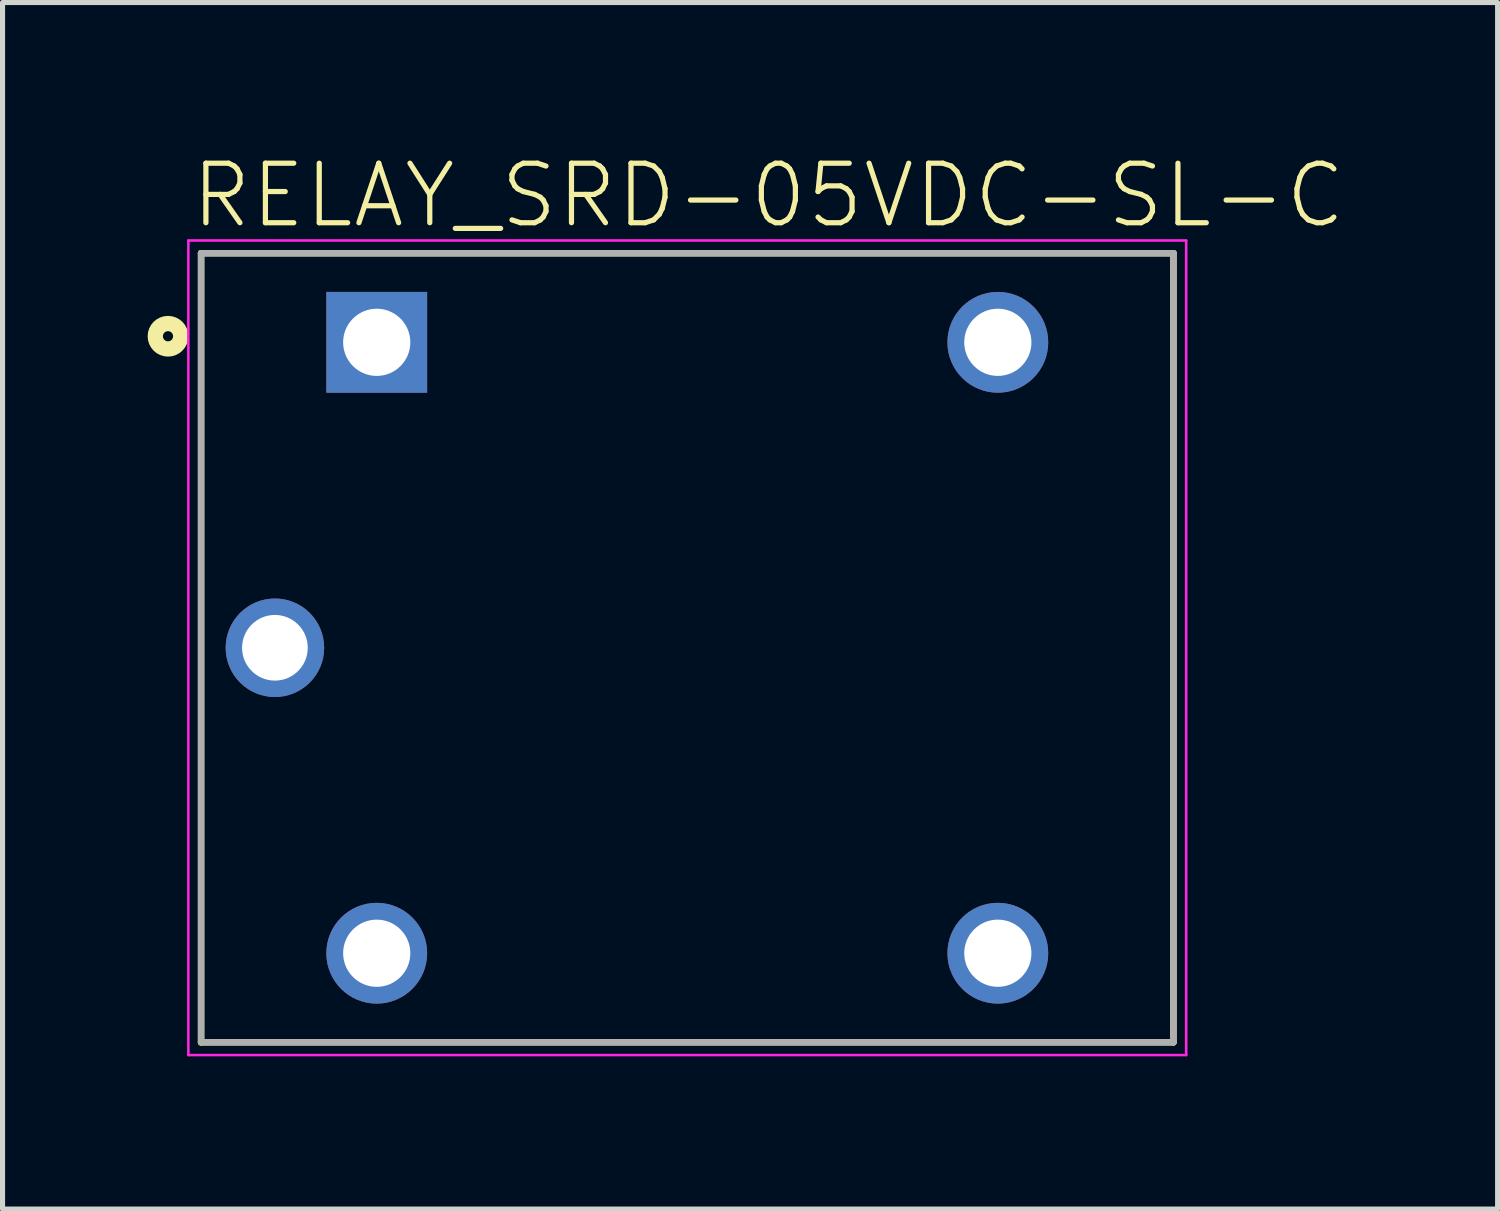
<source format=kicad_pcb>
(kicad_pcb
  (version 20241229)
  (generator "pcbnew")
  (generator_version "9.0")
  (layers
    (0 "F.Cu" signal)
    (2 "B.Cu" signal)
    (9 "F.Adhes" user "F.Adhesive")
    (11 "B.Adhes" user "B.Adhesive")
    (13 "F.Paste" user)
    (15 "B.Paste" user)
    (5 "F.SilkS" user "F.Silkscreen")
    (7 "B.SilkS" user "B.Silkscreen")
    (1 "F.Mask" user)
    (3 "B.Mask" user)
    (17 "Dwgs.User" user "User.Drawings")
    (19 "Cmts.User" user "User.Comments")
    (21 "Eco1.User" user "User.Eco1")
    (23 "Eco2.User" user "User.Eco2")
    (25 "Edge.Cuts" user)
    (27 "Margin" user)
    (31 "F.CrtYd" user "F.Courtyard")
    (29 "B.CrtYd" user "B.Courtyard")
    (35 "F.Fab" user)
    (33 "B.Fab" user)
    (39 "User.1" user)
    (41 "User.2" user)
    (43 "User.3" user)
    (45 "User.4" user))
  (footprint "RELAY_SRD-05VDC-SL-C"
    (layer "F.Cu")
    (at 10.45 9.674)
    (property "Reference" "RELAY_SRD-05VDC-SL-C" (at -9.801 -8.201 0) (layer "F.SilkS") (effects (font (size 1.169 1.169) (thickness 0.102)) (justify left bottom)))
    (fp_line (start -9.55 -7.75) (end 9.55 -7.75) (stroke (width 0.127) (type solid)) (layer "F.SilkS"))
    (fp_line (start -9.55 7.75) (end -9.55 -7.75) (stroke (width 0.127) (type solid)) (layer "F.SilkS"))
    (fp_line (start 9.55 -7.75) (end 9.55 7.75) (stroke (width 0.127) (type solid)) (layer "F.SilkS"))
    (fp_line (start 9.55 7.75) (end -9.55 7.75) (stroke (width 0.127) (type solid)) (layer "F.SilkS"))
    (fp_circle (center -10.2 -6.119) (end -10.1 -6.119) (stroke (width 0.3) (type solid)) (fill no) (layer "F.SilkS"))
    (fp_line (start -9.8 -8) (end 9.8 -8) (stroke (width 0.05) (type solid)) (layer "F.CrtYd"))
    (fp_line (start -9.8 8) (end -9.8 -8) (stroke (width 0.05) (type solid)) (layer "F.CrtYd"))
    (fp_line (start 9.8 -8) (end 9.8 8) (stroke (width 0.05) (type solid)) (layer "F.CrtYd"))
    (fp_line (start 9.8 8) (end -9.8 8) (stroke (width 0.05) (type solid)) (layer "F.CrtYd"))
    (fp_line (start -9.55 -7.75) (end 9.55 -7.75) (stroke (width 0.127) (type solid)) (layer "F.Fab"))
    (fp_line (start -9.55 7.75) (end -9.55 -7.75) (stroke (width 0.127) (type solid)) (layer "F.Fab"))
    (fp_line (start 9.55 -7.75) (end 9.55 7.75) (stroke (width 0.127) (type solid)) (layer "F.Fab"))
    (fp_line (start 9.55 7.75) (end -9.55 7.75) (stroke (width 0.127) (type solid)) (layer "F.Fab"))
    (pad "A1" thru_hole rect (at -6.1 -6) (size 1.98 1.98) (drill 1.32) (layers "*.Cu" "*.Mask"))
    (pad "A2" thru_hole circle (at -6.1 6) (size 1.98 1.98) (drill 1.32) (layers "*.Cu" "*.Mask"))
    (pad "COM" thru_hole circle (at -8.1 0) (size 1.935 1.935) (drill 1.29) (layers "*.Cu" "*.Mask"))
    (pad "NC" thru_hole circle (at 6.1 -6) (size 1.98 1.98) (drill 1.32) (layers "*.Cu" "*.Mask"))
    (pad "NO" thru_hole circle (at 6.1 6) (size 1.98 1.98) (drill 1.32) (layers "*.Cu" "*.Mask")))
  (gr_rect
    (start -3 -3)
    (end 26.367 20.699)
    (stroke (width 0.1) (type default))
    (fill no)
    (layer "Edge.Cuts")))
</source>
